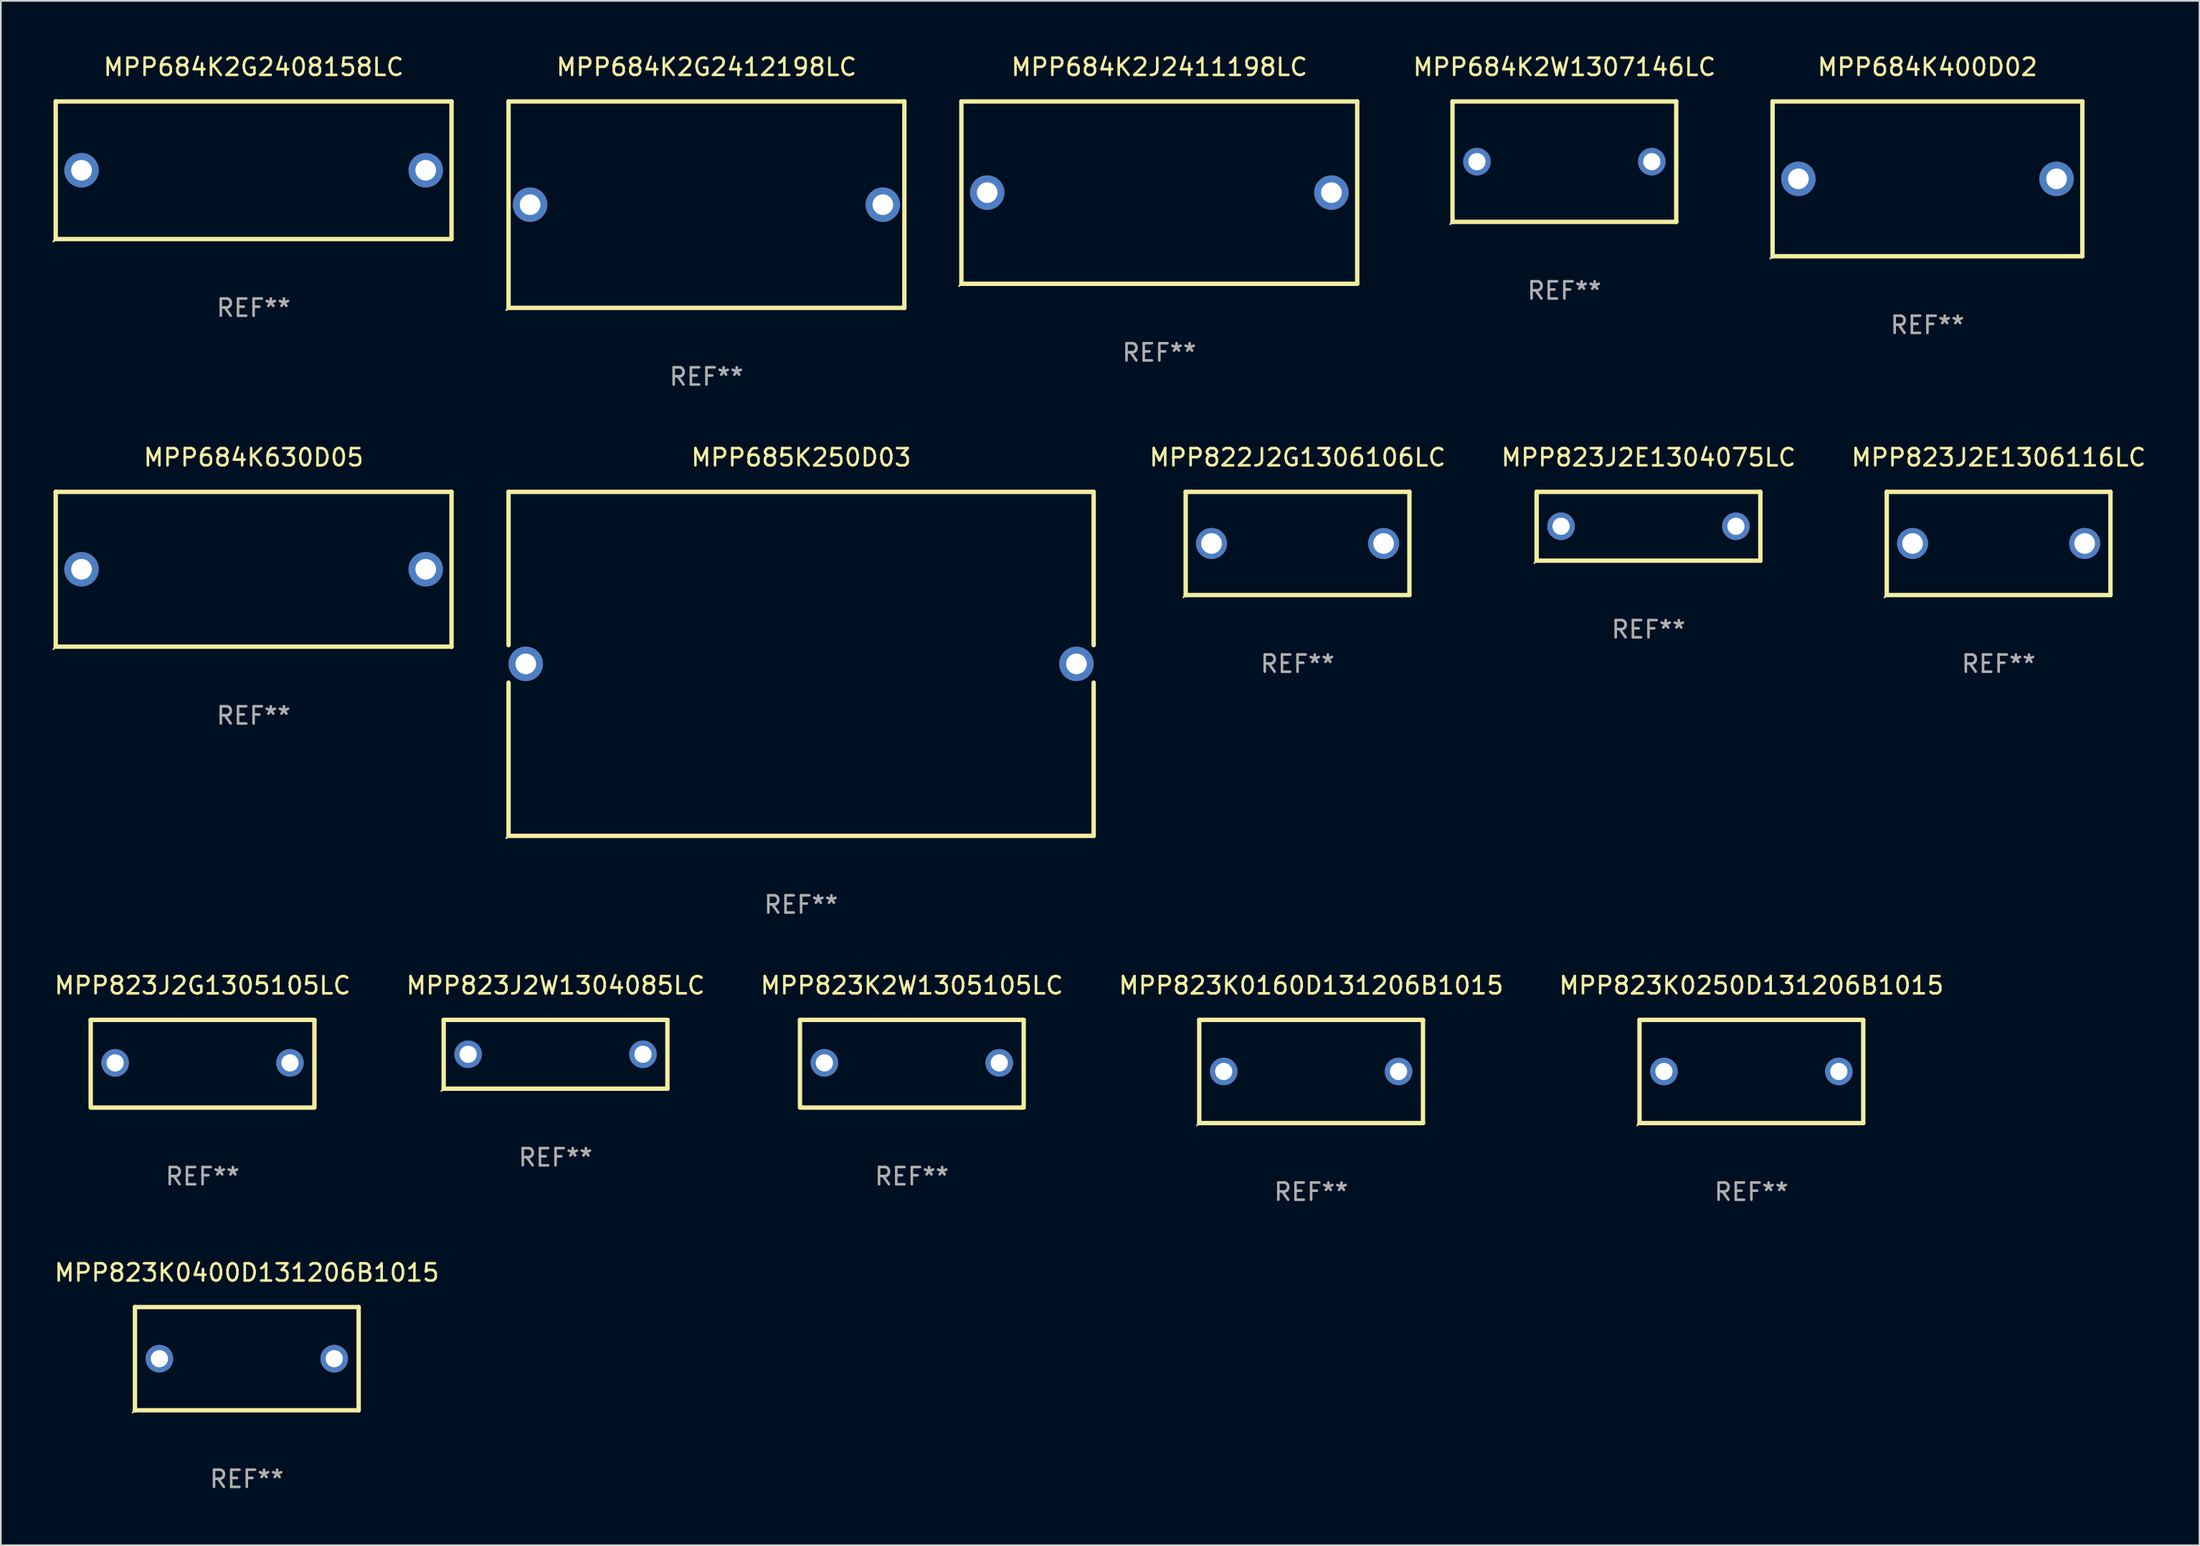
<source format=kicad_pcb>
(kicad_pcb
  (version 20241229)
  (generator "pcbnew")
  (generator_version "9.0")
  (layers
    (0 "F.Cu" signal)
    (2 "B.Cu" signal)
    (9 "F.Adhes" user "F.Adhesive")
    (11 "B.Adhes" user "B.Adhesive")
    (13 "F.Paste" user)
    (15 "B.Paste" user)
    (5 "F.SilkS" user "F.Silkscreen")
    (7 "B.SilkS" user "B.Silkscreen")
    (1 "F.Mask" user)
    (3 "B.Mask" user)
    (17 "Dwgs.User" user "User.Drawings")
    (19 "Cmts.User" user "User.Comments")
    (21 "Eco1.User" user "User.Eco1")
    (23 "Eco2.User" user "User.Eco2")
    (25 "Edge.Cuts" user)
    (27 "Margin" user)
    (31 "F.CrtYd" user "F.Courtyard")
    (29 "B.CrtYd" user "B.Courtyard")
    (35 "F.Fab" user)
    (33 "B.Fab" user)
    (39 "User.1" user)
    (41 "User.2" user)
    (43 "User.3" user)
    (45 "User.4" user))
  (footprint "MPP823K0160D131206B1015"
    (layer "F.Cu")
    (at 73.137 59.241)
    (property "Reference" "MPP823K0160D131206B1015" (at 0 -5 0) (layer "F.SilkS") (effects (font (size 1 1) (thickness 0.15))))
    (attr through_hole)
    (fp_line (start -6.5 -3) (end 6.5 -3) (stroke (width 0.254) (type solid)) (layer "F.SilkS"))
    (fp_line (start -6.5 3) (end -6.5 -3) (stroke (width 0.254) (type solid)) (layer "F.SilkS"))
    (fp_line (start 6.5 -3) (end 6.5 3) (stroke (width 0.254) (type solid)) (layer "F.SilkS"))
    (fp_line (start 6.5 3) (end -6.5 3) (stroke (width 0.254) (type solid)) (layer "F.SilkS"))
    (fp_circle (center -6.627 3.127) (end -6.597 3.127) (stroke (width 0.06) (type solid)) (fill no) (layer "F.SilkS"))
    (fp_text user "REF**" (at 0 7 0) (layer "F.Fab") (effects (font (size 1 1) (thickness 0.15))))
    (pad "1" thru_hole circle (at -5.08 0) (size 1.6 1.6) (drill 1) (layers "*.Cu" "*.Mask"))
    (pad "2" thru_hole circle (at 5.08 0) (size 1.6 1.6) (drill 1) (layers "*.Cu" "*.Mask")))
  (footprint "MPP685K250D03"
    (layer "F.Cu")
    (at 43.501 35.545)
    (property "Reference" "MPP685K250D03" (at 0 -12 0) (layer "F.SilkS") (effects (font (size 1 1) (thickness 0.15))))
    (attr through_hole)
    (fp_line (start -17 -10) (end -17 -1.091) (stroke (width 0.254) (type solid)) (layer "F.SilkS"))
    (fp_line (start -17 -10) (end 17 -10) (stroke (width 0.254) (type solid)) (layer "F.SilkS"))
    (fp_line (start -17 1.091) (end -17 10) (stroke (width 0.254) (type solid)) (layer "F.SilkS"))
    (fp_line (start 17 -10) (end 17 -1.091) (stroke (width 0.254) (type solid)) (layer "F.SilkS"))
    (fp_line (start 17 1.091) (end 17 10) (stroke (width 0.254) (type solid)) (layer "F.SilkS"))
    (fp_line (start 17 10) (end -17 10) (stroke (width 0.254) (type solid)) (layer "F.SilkS"))
    (fp_circle (center -17.127 10.127) (end -17.097 10.127) (stroke (width 0.06) (type solid)) (fill no) (layer "F.SilkS"))
    (fp_text user "REF**" (at 0 14 0) (layer "F.Fab") (effects (font (size 1 1) (thickness 0.15))))
    (pad "1" thru_hole circle (at -15.999 0) (size 2 2) (drill 1.2) (layers "*.Cu" "*.Mask"))
    (pad "2" thru_hole circle (at 15.999 0) (size 2 2) (drill 1.2) (layers "*.Cu" "*.Mask")))
  (footprint "MPP823J2G1305105LC"
    (layer "F.Cu")
    (at 8.72 58.791)
    (property "Reference" "MPP823J2G1305105LC" (at 0 -4.55 0) (layer "F.SilkS") (effects (font (size 1 1) (thickness 0.15))))
    (attr through_hole)
    (fp_line (start -6.5 -2.55) (end 6.5 -2.55) (stroke (width 0.254) (type solid)) (layer "F.SilkS"))
    (fp_line (start -6.5 2.45) (end -6.5 -2.55) (stroke (width 0.254) (type solid)) (layer "F.SilkS"))
    (fp_line (start 6.5 -2.55) (end 6.5 2.45) (stroke (width 0.254) (type solid)) (layer "F.SilkS"))
    (fp_line (start 6.5 2.55) (end -6.5 2.55) (stroke (width 0.254) (type solid)) (layer "F.SilkS"))
    (fp_circle (center -6.5 2.45) (end -6.47 2.45) (stroke (width 0.06) (type solid)) (fill no) (layer "F.SilkS"))
    (fp_text user "REF**" (at 0 6.55 0) (layer "F.Fab") (effects (font (size 1 1) (thickness 0.15))))
    (pad "1" thru_hole circle (at -5.08 -0.05) (size 1.6 1.6) (drill 1) (layers "*.Cu" "*.Mask"))
    (pad "2" thru_hole circle (at 5.08 -0.05) (size 1.6 1.6) (drill 1) (layers "*.Cu" "*.Mask")))
  (footprint "MPP684K2J2411198LC"
    (layer "F.Cu")
    (at 64.315 8.148)
    (property "Reference" "MPP684K2J2411198LC" (at 0 -7.3 0) (layer "F.SilkS") (effects (font (size 1 1) (thickness 0.15))))
    (attr through_hole)
    (fp_line (start -11.5 -5.3) (end -11.5 5.3) (stroke (width 0.254) (type solid)) (layer "F.SilkS"))
    (fp_line (start -11.5 -5.3) (end 11.5 -5.3) (stroke (width 0.254) (type solid)) (layer "F.SilkS"))
    (fp_line (start -11.5 5.3) (end 11.5 5.3) (stroke (width 0.254) (type solid)) (layer "F.SilkS"))
    (fp_line (start 11.5 -5.3) (end 11.5 5.3) (stroke (width 0.254) (type solid)) (layer "F.SilkS"))
    (fp_circle (center -11.627 5.427) (end -11.597 5.427) (stroke (width 0.06) (type solid)) (fill no) (layer "F.SilkS"))
    (fp_text user "REF**" (at 0 9.3 0) (layer "F.Fab") (effects (font (size 1 1) (thickness 0.15))))
    (pad "1" thru_hole circle (at -10 0) (size 2 2) (drill 1.2) (layers "*.Cu" "*.Mask"))
    (pad "2" thru_hole circle (at 10 0) (size 2 2) (drill 1.2) (layers "*.Cu" "*.Mask")))
  (footprint "MPP684K2W1307146LC"
    (layer "F.Cu")
    (at 87.853 6.348)
    (property "Reference" "MPP684K2W1307146LC" (at 0 -5.5 0) (layer "F.SilkS") (effects (font (size 1 1) (thickness 0.15))))
    (attr through_hole)
    (fp_line (start -6.5 -3.5) (end 6.5 -3.5) (stroke (width 0.254) (type solid)) (layer "F.SilkS"))
    (fp_line (start -6.5 3.5) (end -6.5 -3.5) (stroke (width 0.254) (type solid)) (layer "F.SilkS"))
    (fp_line (start 6.5 -3.5) (end 6.5 3.5) (stroke (width 0.254) (type solid)) (layer "F.SilkS"))
    (fp_line (start 6.5 3.5) (end -6.5 3.5) (stroke (width 0.254) (type solid)) (layer "F.SilkS"))
    (fp_circle (center -6.627 3.627) (end -6.597 3.627) (stroke (width 0.06) (type solid)) (fill no) (layer "F.SilkS"))
    (fp_text user "REF**" (at 0 7.5 0) (layer "F.Fab") (effects (font (size 1 1) (thickness 0.15))))
    (pad "1" thru_hole circle (at -5.08 -0.000127) (size 1.6 1.6) (drill 1) (layers "*.Cu" "*.Mask"))
    (pad "2" thru_hole circle (at 5.08 -0.000127) (size 1.6 1.6) (drill 1) (layers "*.Cu" "*.Mask")))
  (footprint "MPP823J2E1306116LC"
    (layer "F.Cu")
    (at 113.086 28.545)
    (property "Reference" "MPP823J2E1306116LC" (at 0 -5 0) (layer "F.SilkS") (effects (font (size 1 1) (thickness 0.15))))
    (attr through_hole)
    (fp_line (start -6.5 -3) (end 6.5 -3) (stroke (width 0.254) (type solid)) (layer "F.SilkS"))
    (fp_line (start -6.5 3) (end -6.5 -3) (stroke (width 0.254) (type solid)) (layer "F.SilkS"))
    (fp_line (start -6.5 3) (end 6.5 3) (stroke (width 0.254) (type solid)) (layer "F.SilkS"))
    (fp_line (start 6.5 -3) (end 6.5 3) (stroke (width 0.254) (type solid)) (layer "F.SilkS"))
    (fp_circle (center -6.627 3.127) (end -6.597 3.127) (stroke (width 0.06) (type solid)) (fill no) (layer "F.SilkS"))
    (fp_text user "REF**" (at 0 7 0) (layer "F.Fab") (effects (font (size 1 1) (thickness 0.15))))
    (pad "1" thru_hole circle (at -5 0) (size 1.8 1.8) (drill 1.2) (layers "*.Cu" "*.Mask"))
    (pad "2" thru_hole circle (at 5 0) (size 1.8 1.8) (drill 1.2) (layers "*.Cu" "*.Mask")))
  (footprint "MPP823J2W1304085LC"
    (layer "F.Cu")
    (at 29.232 58.241)
    (property "Reference" "MPP823J2W1304085LC" (at 0 -4 0) (layer "F.SilkS") (effects (font (size 1 1) (thickness 0.15))))
    (attr through_hole)
    (fp_line (start -6.5 -2) (end 6.5 -2) (stroke (width 0.254) (type solid)) (layer "F.SilkS"))
    (fp_line (start -6.5 2) (end -6.5 -2) (stroke (width 0.254) (type solid)) (layer "F.SilkS"))
    (fp_line (start 6.5 -2) (end 6.5 2) (stroke (width 0.254) (type solid)) (layer "F.SilkS"))
    (fp_line (start 6.5 2) (end -6.5 2) (stroke (width 0.254) (type solid)) (layer "F.SilkS"))
    (fp_circle (center -6.627 2.127) (end -6.597 2.127) (stroke (width 0.06) (type solid)) (fill no) (layer "F.SilkS"))
    (fp_text user "REF**" (at 0 6 0) (layer "F.Fab") (effects (font (size 1 1) (thickness 0.15))))
    (pad "1" thru_hole circle (at -5.08 0) (size 1.6 1.6) (drill 1) (layers "*.Cu" "*.Mask"))
    (pad "2" thru_hole circle (at 5.08 0) (size 1.6 1.6) (drill 1) (layers "*.Cu" "*.Mask")))
  (footprint "MPP823J2E1304075LC"
    (layer "F.Cu")
    (at 92.741 27.545)
    (property "Reference" "MPP823J2E1304075LC" (at 0 -4 0) (layer "F.SilkS") (effects (font (size 1 1) (thickness 0.15))))
    (attr through_hole)
    (fp_line (start -6.5 -2) (end 6.5 -2) (stroke (width 0.254) (type solid)) (layer "F.SilkS"))
    (fp_line (start -6.5 2) (end -6.5 -2) (stroke (width 0.254) (type solid)) (layer "F.SilkS"))
    (fp_line (start 6.5 -2) (end 6.5 2) (stroke (width 0.254) (type solid)) (layer "F.SilkS"))
    (fp_line (start 6.5 2) (end -6.5 2) (stroke (width 0.254) (type solid)) (layer "F.SilkS"))
    (fp_circle (center -6.627 2.127) (end -6.597 2.127) (stroke (width 0.06) (type solid)) (fill no) (layer "F.SilkS"))
    (fp_text user "REF**" (at 0 6 0) (layer "F.Fab") (effects (font (size 1 1) (thickness 0.15))))
    (pad "1" thru_hole circle (at -5.08 0) (size 1.6 1.6) (drill 1) (layers "*.Cu" "*.Mask"))
    (pad "2" thru_hole circle (at 5.08 0) (size 1.6 1.6) (drill 1) (layers "*.Cu" "*.Mask")))
  (footprint "MPP684K400D02"
    (layer "F.Cu")
    (at 108.951 7.348)
    (property "Reference" "MPP684K400D02" (at 0 -6.5 0) (layer "F.SilkS") (effects (font (size 1 1) (thickness 0.15))))
    (attr through_hole)
    (fp_line (start -9 -4.5) (end 9 -4.5) (stroke (width 0.254) (type solid)) (layer "F.SilkS"))
    (fp_line (start -9 4.5) (end -9 -4.5) (stroke (width 0.254) (type solid)) (layer "F.SilkS"))
    (fp_line (start 9 -4.5) (end 9 4.5) (stroke (width 0.254) (type solid)) (layer "F.SilkS"))
    (fp_line (start 9 4.5) (end -9 4.5) (stroke (width 0.254) (type solid)) (layer "F.SilkS"))
    (fp_circle (center -9.127 4.627) (end -9.097 4.627) (stroke (width 0.06) (type solid)) (fill no) (layer "F.SilkS"))
    (fp_text user "REF**" (at 0 8.5 0) (layer "F.Fab") (effects (font (size 1 1) (thickness 0.15))))
    (pad "1" thru_hole circle (at -7.5 -0.000127) (size 2 2) (drill 1.2) (layers "*.Cu" "*.Mask"))
    (pad "2" thru_hole circle (at 7.5 -0.000127) (size 2 2) (drill 1.2) (layers "*.Cu" "*.Mask")))
  (footprint "MPP823K0400D131206B1015"
    (layer "F.Cu")
    (at 11.292 75.938)
    (property "Reference" "MPP823K0400D131206B1015" (at 0 -5 0) (layer "F.SilkS") (effects (font (size 1 1) (thickness 0.15))))
    (attr through_hole)
    (fp_line (start -6.5 -3) (end 6.5 -3) (stroke (width 0.254) (type solid)) (layer "F.SilkS"))
    (fp_line (start -6.5 3) (end -6.5 -3) (stroke (width 0.254) (type solid)) (layer "F.SilkS"))
    (fp_line (start 6.5 -3) (end 6.5 3) (stroke (width 0.254) (type solid)) (layer "F.SilkS"))
    (fp_line (start 6.5 3) (end -6.5 3) (stroke (width 0.254) (type solid)) (layer "F.SilkS"))
    (fp_circle (center -6.627 3.127) (end -6.597 3.127) (stroke (width 0.06) (type solid)) (fill no) (layer "F.SilkS"))
    (fp_text user "REF**" (at 0 7 0) (layer "F.Fab") (effects (font (size 1 1) (thickness 0.15))))
    (pad "1" thru_hole circle (at -5.08 0) (size 1.6 1.6) (drill 1) (layers "*.Cu" "*.Mask"))
    (pad "2" thru_hole circle (at 5.08 0) (size 1.6 1.6) (drill 1) (layers "*.Cu" "*.Mask")))
  (footprint "MPP822J2G1306106LC"
    (layer "F.Cu")
    (at 72.348 28.545)
    (property "Reference" "MPP822J2G1306106LC" (at 0 -5 0) (layer "F.SilkS") (effects (font (size 1 1) (thickness 0.15))))
    (attr through_hole)
    (fp_line (start -6.5 -3) (end 6.5 -3) (stroke (width 0.254) (type solid)) (layer "F.SilkS"))
    (fp_line (start -6.5 3) (end -6.5 -3) (stroke (width 0.254) (type solid)) (layer "F.SilkS"))
    (fp_line (start -6.5 3) (end 6.5 3) (stroke (width 0.254) (type solid)) (layer "F.SilkS"))
    (fp_line (start 6.5 -3) (end 6.5 3) (stroke (width 0.254) (type solid)) (layer "F.SilkS"))
    (fp_circle (center -6.627 3.127) (end -6.597 3.127) (stroke (width 0.06) (type solid)) (fill no) (layer "F.SilkS"))
    (fp_text user "REF**" (at 0 7 0) (layer "F.Fab") (effects (font (size 1 1) (thickness 0.15))))
    (pad "1" thru_hole circle (at -5 0) (size 1.8 1.8) (drill 1.2) (layers "*.Cu" "*.Mask"))
    (pad "2" thru_hole circle (at 5 0) (size 1.8 1.8) (drill 1.2) (layers "*.Cu" "*.Mask")))
  (footprint "MPP823K0250D131206B1015"
    (layer "F.Cu")
    (at 98.72 59.241)
    (property "Reference" "MPP823K0250D131206B1015" (at 0 -5 0) (layer "F.SilkS") (effects (font (size 1 1) (thickness 0.15))))
    (attr through_hole)
    (fp_line (start -6.5 -3) (end 6.5 -3) (stroke (width 0.254) (type solid)) (layer "F.SilkS"))
    (fp_line (start -6.5 3) (end -6.5 -3) (stroke (width 0.254) (type solid)) (layer "F.SilkS"))
    (fp_line (start 6.5 -3) (end 6.5 3) (stroke (width 0.254) (type solid)) (layer "F.SilkS"))
    (fp_line (start 6.5 3) (end -6.5 3) (stroke (width 0.254) (type solid)) (layer "F.SilkS"))
    (fp_circle (center -6.627 3.127) (end -6.597 3.127) (stroke (width 0.06) (type solid)) (fill no) (layer "F.SilkS"))
    (fp_text user "REF**" (at 0 7 0) (layer "F.Fab") (effects (font (size 1 1) (thickness 0.15))))
    (pad "1" thru_hole circle (at -5.08 0) (size 1.6 1.6) (drill 1) (layers "*.Cu" "*.Mask"))
    (pad "2" thru_hole circle (at 5.08 0) (size 1.6 1.6) (drill 1) (layers "*.Cu" "*.Mask")))
  (footprint "MPP823K2W1305105LC"
    (layer "F.Cu")
    (at 49.935 58.791)
    (property "Reference" "MPP823K2W1305105LC" (at 0 -4.55 0) (layer "F.SilkS") (effects (font (size 1 1) (thickness 0.15))))
    (attr through_hole)
    (fp_line (start -6.5 -2.55) (end 6.5 -2.55) (stroke (width 0.254) (type solid)) (layer "F.SilkS"))
    (fp_line (start -6.5 2.45) (end -6.5 -2.55) (stroke (width 0.254) (type solid)) (layer "F.SilkS"))
    (fp_line (start 6.5 -2.55) (end 6.5 2.45) (stroke (width 0.254) (type solid)) (layer "F.SilkS"))
    (fp_line (start 6.5 2.55) (end -6.5 2.55) (stroke (width 0.254) (type solid)) (layer "F.SilkS"))
    (fp_circle (center -6.5 2.45) (end -6.47 2.45) (stroke (width 0.06) (type solid)) (fill no) (layer "F.SilkS"))
    (fp_text user "REF**" (at 0 6.55 0) (layer "F.Fab") (effects (font (size 1 1) (thickness 0.15))))
    (pad "1" thru_hole circle (at -5.08 -0.05) (size 1.6 1.6) (drill 1) (layers "*.Cu" "*.Mask"))
    (pad "2" thru_hole circle (at 5.08 -0.05) (size 1.6 1.6) (drill 1) (layers "*.Cu" "*.Mask")))
  (footprint "MPP684K2G2408158LC"
    (layer "F.Cu")
    (at 11.687 6.848)
    (property "Reference" "MPP684K2G2408158LC" (at 0 -6 0) (layer "F.SilkS") (effects (font (size 1 1) (thickness 0.15))))
    (attr through_hole)
    (fp_line (start -11.5 -4) (end -11.5 4) (stroke (width 0.254) (type solid)) (layer "F.SilkS"))
    (fp_line (start -11.5 -4) (end 11.5 -4) (stroke (width 0.254) (type solid)) (layer "F.SilkS"))
    (fp_line (start -11.5 4) (end 11.5 4) (stroke (width 0.254) (type solid)) (layer "F.SilkS"))
    (fp_line (start 11.5 -4) (end 11.5 4) (stroke (width 0.254) (type solid)) (layer "F.SilkS"))
    (fp_circle (center -11.627 4.127) (end -11.597 4.127) (stroke (width 0.06) (type solid)) (fill no) (layer "F.SilkS"))
    (fp_text user "REF**" (at 0 8 0) (layer "F.Fab") (effects (font (size 1 1) (thickness 0.15))))
    (pad "1" thru_hole circle (at -10 0) (size 2 2) (drill 1.2) (layers "*.Cu" "*.Mask"))
    (pad "2" thru_hole circle (at 10 0) (size 2 2) (drill 1.2) (layers "*.Cu" "*.Mask")))
  (footprint "MPP684K2G2412198LC"
    (layer "F.Cu")
    (at 38.001 8.848)
    (property "Reference" "MPP684K2G2412198LC" (at 0 -8 0) (layer "F.SilkS") (effects (font (size 1 1) (thickness 0.15))))
    (attr through_hole)
    (fp_line (start -11.5 -6) (end 11.5 -6) (stroke (width 0.254) (type solid)) (layer "F.SilkS"))
    (fp_line (start -11.5 6) (end -11.5 -6) (stroke (width 0.254) (type solid)) (layer "F.SilkS"))
    (fp_line (start 11.5 -6) (end 11.5 6) (stroke (width 0.254) (type solid)) (layer "F.SilkS"))
    (fp_line (start 11.5 6) (end -11.5 6) (stroke (width 0.254) (type solid)) (layer "F.SilkS"))
    (fp_circle (center -11.627 6.127) (end -11.597 6.127) (stroke (width 0.06) (type solid)) (fill no) (layer "F.SilkS"))
    (fp_text user "REF**" (at 0 10 0) (layer "F.Fab") (effects (font (size 1 1) (thickness 0.15))))
    (pad "1" thru_hole circle (at -10.249 0) (size 2 2) (drill 1.2) (layers "*.Cu" "*.Mask"))
    (pad "2" thru_hole circle (at 10.249 0) (size 2 2) (drill 1.2) (layers "*.Cu" "*.Mask")))
  (footprint "MPP684K630D05"
    (layer "F.Cu")
    (at 11.687 30.05)
    (property "Reference" "MPP684K630D05" (at 0 -6.505 0) (layer "F.SilkS") (effects (font (size 1 1) (thickness 0.15))))
    (attr through_hole)
    (fp_line (start -11.5 -4.505) (end -11.5 4.495) (stroke (width 0.254) (type solid)) (layer "F.SilkS"))
    (fp_line (start -11.5 -4.505) (end 11.5 -4.505) (stroke (width 0.254) (type solid)) (layer "F.SilkS"))
    (fp_line (start -11.5 4.495) (end 11.5 4.495) (stroke (width 0.254) (type solid)) (layer "F.SilkS"))
    (fp_line (start 11.5 -4.505) (end 11.5 4.505) (stroke (width 0.254) (type solid)) (layer "F.SilkS"))
    (fp_circle (center -11.627 4.632) (end -11.597 4.632) (stroke (width 0.06) (type solid)) (fill no) (layer "F.SilkS"))
    (fp_text user "REF**" (at 0 8.505 0) (layer "F.Fab") (effects (font (size 1 1) (thickness 0.15))))
    (pad "1" thru_hole circle (at -10 -0.005) (size 2 2) (drill 1.2) (layers "*.Cu" "*.Mask"))
    (pad "2" thru_hole circle (at 10 -0.005) (size 2 2) (drill 1.2) (layers "*.Cu" "*.Mask")))
  (gr_rect
    (start -3 -3)
    (end 124.759 86.786)
    (stroke (width 0.1) (type default))
    (fill no)
    (layer "Edge.Cuts")))
</source>
